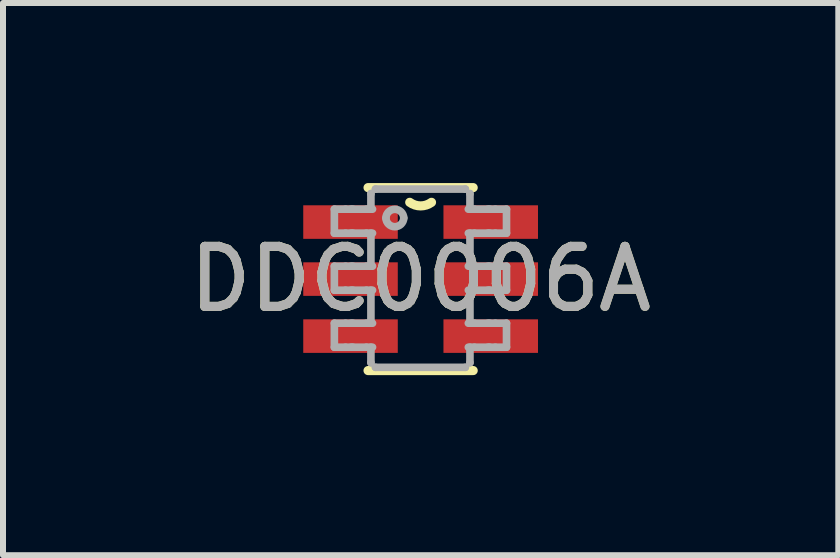
<source format=kicad_pcb>
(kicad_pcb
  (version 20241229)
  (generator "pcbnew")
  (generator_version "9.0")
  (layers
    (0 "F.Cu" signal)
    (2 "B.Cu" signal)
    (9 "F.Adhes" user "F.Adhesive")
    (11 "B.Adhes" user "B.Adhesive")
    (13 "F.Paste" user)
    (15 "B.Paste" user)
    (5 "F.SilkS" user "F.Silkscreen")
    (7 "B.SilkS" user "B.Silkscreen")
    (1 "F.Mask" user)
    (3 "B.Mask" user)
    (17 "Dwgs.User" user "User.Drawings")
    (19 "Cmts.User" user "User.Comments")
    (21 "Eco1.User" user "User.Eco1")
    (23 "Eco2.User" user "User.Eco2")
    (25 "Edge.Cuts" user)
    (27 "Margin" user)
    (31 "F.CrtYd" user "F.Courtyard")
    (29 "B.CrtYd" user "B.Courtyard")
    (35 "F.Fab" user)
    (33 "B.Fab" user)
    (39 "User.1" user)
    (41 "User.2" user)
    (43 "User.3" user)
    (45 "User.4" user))
  (footprint "DDC0006A"
    (layer "F.Cu")
    (at 3.958 1.6)
    (property "Reference" "DDC0006A" (at 0 0 0) (unlocked yes) (layer "F.SilkS") (effects (font (size 1 1) (thickness 0.15))))
    (attr smd)
    (fp_line (start -0.876 -1.524) (end 0.876 -1.524) (stroke (width 0.152) (type solid)) (layer "F.SilkS"))
    (fp_line (start -0.876 1.524) (end 0.876 1.524) (stroke (width 0.152) (type solid)) (layer "F.SilkS"))
    (fp_arc (start 0.181329 -1.279005) (mid 0 -1.2192) (end -0.181329 -1.279005) (stroke (width 0.1524) (type solid)) (layer "F.SilkS"))
    (fp_line (start -1.437 -1.165) (end -1.251 -1.165) (stroke (width 0.127) (type solid)) (layer "F.Fab"))
    (fp_line (start -1.437 -0.765) (end -1.437 -1.165) (stroke (width 0.127) (type solid)) (layer "F.Fab"))
    (fp_line (start -1.437 -0.765) (end -1.251 -0.765) (stroke (width 0.127) (type solid)) (layer "F.Fab"))
    (fp_line (start -1.437 -0.215) (end -1.251 -0.215) (stroke (width 0.127) (type solid)) (layer "F.Fab"))
    (fp_line (start -1.437 0.185) (end -1.437 -0.215) (stroke (width 0.127) (type solid)) (layer "F.Fab"))
    (fp_line (start -1.437 0.185) (end -1.251 0.185) (stroke (width 0.127) (type solid)) (layer "F.Fab"))
    (fp_line (start -1.437 0.735) (end -1.251 0.735) (stroke (width 0.127) (type solid)) (layer "F.Fab"))
    (fp_line (start -1.437 1.135) (end -1.437 0.735) (stroke (width 0.127) (type solid)) (layer "F.Fab"))
    (fp_line (start -1.437 1.135) (end -1.251 1.135) (stroke (width 0.127) (type solid)) (layer "F.Fab"))
    (fp_line (start -1.251 -1.165) (end -1.159 -1.165) (stroke (width 0.127) (type solid)) (layer "F.Fab"))
    (fp_line (start -1.251 -0.765) (end -1.159 -0.765) (stroke (width 0.127) (type solid)) (layer "F.Fab"))
    (fp_line (start -1.251 -0.215) (end -1.159 -0.215) (stroke (width 0.127) (type solid)) (layer "F.Fab"))
    (fp_line (start -1.251 0.185) (end -1.159 0.185) (stroke (width 0.127) (type solid)) (layer "F.Fab"))
    (fp_line (start -1.251 0.735) (end -1.159 0.735) (stroke (width 0.127) (type solid)) (layer "F.Fab"))
    (fp_line (start -1.251 1.135) (end -1.159 1.135) (stroke (width 0.127) (type solid)) (layer "F.Fab"))
    (fp_line (start -1.159 -1.165) (end -1.128 -1.165) (stroke (width 0.127) (type solid)) (layer "F.Fab"))
    (fp_line (start -1.159 -0.765) (end -1.128 -0.765) (stroke (width 0.127) (type solid)) (layer "F.Fab"))
    (fp_line (start -1.159 -0.215) (end -1.128 -0.215) (stroke (width 0.127) (type solid)) (layer "F.Fab"))
    (fp_line (start -1.159 0.185) (end -1.128 0.185) (stroke (width 0.127) (type solid)) (layer "F.Fab"))
    (fp_line (start -1.159 0.735) (end -1.128 0.735) (stroke (width 0.127) (type solid)) (layer "F.Fab"))
    (fp_line (start -1.159 1.135) (end -1.128 1.135) (stroke (width 0.127) (type solid)) (layer "F.Fab"))
    (fp_line (start -1.128 -1.165) (end -0.903 -1.165) (stroke (width 0.127) (type solid)) (layer "F.Fab"))
    (fp_line (start -1.128 -0.765) (end -0.903 -0.765) (stroke (width 0.127) (type solid)) (layer "F.Fab"))
    (fp_line (start -1.128 -0.215) (end -0.903 -0.215) (stroke (width 0.127) (type solid)) (layer "F.Fab"))
    (fp_line (start -1.128 0.185) (end -0.903 0.185) (stroke (width 0.127) (type solid)) (layer "F.Fab"))
    (fp_line (start -1.128 0.735) (end -0.903 0.735) (stroke (width 0.127) (type solid)) (layer "F.Fab"))
    (fp_line (start -1.128 1.135) (end -0.903 1.135) (stroke (width 0.127) (type solid)) (layer "F.Fab"))
    (fp_line (start -0.903 -1.165) (end -0.801 -1.165) (stroke (width 0.127) (type solid)) (layer "F.Fab"))
    (fp_line (start -0.903 -0.765) (end -0.801 -0.765) (stroke (width 0.127) (type solid)) (layer "F.Fab"))
    (fp_line (start -0.903 -0.215) (end -0.801 -0.215) (stroke (width 0.127) (type solid)) (layer "F.Fab"))
    (fp_line (start -0.903 0.185) (end -0.801 0.185) (stroke (width 0.127) (type solid)) (layer "F.Fab"))
    (fp_line (start -0.903 0.735) (end -0.801 0.735) (stroke (width 0.127) (type solid)) (layer "F.Fab"))
    (fp_line (start -0.903 1.135) (end -0.801 1.135) (stroke (width 0.127) (type solid)) (layer "F.Fab"))
    (fp_line (start -0.828 -1.422) (end -0.828 -1.426) (stroke (width 0.127) (type solid)) (layer "F.Fab"))
    (fp_line (start -0.828 -1.165) (end -0.828 -1.422) (stroke (width 0.127) (type solid)) (layer "F.Fab"))
    (fp_line (start -0.828 -0.215) (end -0.828 -0.765) (stroke (width 0.127) (type solid)) (layer "F.Fab"))
    (fp_line (start -0.828 0.735) (end -0.828 0.185) (stroke (width 0.127) (type solid)) (layer "F.Fab"))
    (fp_line (start -0.828 1.392) (end -0.828 1.135) (stroke (width 0.127) (type solid)) (layer "F.Fab"))
    (fp_line (start -0.828 1.395) (end -0.828 1.392) (stroke (width 0.127) (type solid)) (layer "F.Fab"))
    (fp_line (start -0.754 -1.5) (end -0.75 -1.5) (stroke (width 0.127) (type solid)) (layer "F.Fab"))
    (fp_line (start -0.754 1.47) (end -0.75 1.47) (stroke (width 0.127) (type solid)) (layer "F.Fab"))
    (fp_line (start -0.75 -1.5) (end 0.743 -1.5) (stroke (width 0.127) (type solid)) (layer "F.Fab"))
    (fp_line (start -0.75 1.47) (end 0.743 1.47) (stroke (width 0.127) (type solid)) (layer "F.Fab"))
    (fp_line (start 0.743 -1.5) (end 0.747 -1.5) (stroke (width 0.127) (type solid)) (layer "F.Fab"))
    (fp_line (start 0.743 1.47) (end 0.747 1.47) (stroke (width 0.127) (type solid)) (layer "F.Fab"))
    (fp_line (start 0.795 -1.165) (end 0.896 -1.165) (stroke (width 0.127) (type solid)) (layer "F.Fab"))
    (fp_line (start 0.795 -0.765) (end 0.896 -0.765) (stroke (width 0.127) (type solid)) (layer "F.Fab"))
    (fp_line (start 0.795 -0.215) (end 0.896 -0.215) (stroke (width 0.127) (type solid)) (layer "F.Fab"))
    (fp_line (start 0.795 0.185) (end 0.896 0.185) (stroke (width 0.127) (type solid)) (layer "F.Fab"))
    (fp_line (start 0.795 0.735) (end 0.896 0.735) (stroke (width 0.127) (type solid)) (layer "F.Fab"))
    (fp_line (start 0.795 1.135) (end 0.896 1.135) (stroke (width 0.127) (type solid)) (layer "F.Fab"))
    (fp_line (start 0.822 -1.422) (end 0.822 -1.426) (stroke (width 0.127) (type solid)) (layer "F.Fab"))
    (fp_line (start 0.822 -1.165) (end 0.822 -1.422) (stroke (width 0.127) (type solid)) (layer "F.Fab"))
    (fp_line (start 0.822 -0.215) (end 0.822 -0.765) (stroke (width 0.127) (type solid)) (layer "F.Fab"))
    (fp_line (start 0.822 0.735) (end 0.822 0.185) (stroke (width 0.127) (type solid)) (layer "F.Fab"))
    (fp_line (start 0.822 1.392) (end 0.822 1.135) (stroke (width 0.127) (type solid)) (layer "F.Fab"))
    (fp_line (start 0.822 1.395) (end 0.822 1.392) (stroke (width 0.127) (type solid)) (layer "F.Fab"))
    (fp_line (start 0.896 -1.165) (end 1.122 -1.165) (stroke (width 0.127) (type solid)) (layer "F.Fab"))
    (fp_line (start 0.896 -0.765) (end 1.122 -0.765) (stroke (width 0.127) (type solid)) (layer "F.Fab"))
    (fp_line (start 0.896 -0.215) (end 1.122 -0.215) (stroke (width 0.127) (type solid)) (layer "F.Fab"))
    (fp_line (start 0.896 0.185) (end 1.122 0.185) (stroke (width 0.127) (type solid)) (layer "F.Fab"))
    (fp_line (start 0.896 0.735) (end 1.122 0.735) (stroke (width 0.127) (type solid)) (layer "F.Fab"))
    (fp_line (start 0.896 1.135) (end 1.122 1.135) (stroke (width 0.127) (type solid)) (layer "F.Fab"))
    (fp_line (start 1.122 -1.165) (end 1.152 -1.165) (stroke (width 0.127) (type solid)) (layer "F.Fab"))
    (fp_line (start 1.122 -0.765) (end 1.152 -0.765) (stroke (width 0.127) (type solid)) (layer "F.Fab"))
    (fp_line (start 1.122 -0.215) (end 1.152 -0.215) (stroke (width 0.127) (type solid)) (layer "F.Fab"))
    (fp_line (start 1.122 0.185) (end 1.152 0.185) (stroke (width 0.127) (type solid)) (layer "F.Fab"))
    (fp_line (start 1.122 0.735) (end 1.152 0.735) (stroke (width 0.127) (type solid)) (layer "F.Fab"))
    (fp_line (start 1.122 1.135) (end 1.152 1.135) (stroke (width 0.127) (type solid)) (layer "F.Fab"))
    (fp_line (start 1.152 -1.165) (end 1.245 -1.165) (stroke (width 0.127) (type solid)) (layer "F.Fab"))
    (fp_line (start 1.152 -0.765) (end 1.245 -0.765) (stroke (width 0.127) (type solid)) (layer "F.Fab"))
    (fp_line (start 1.152 -0.215) (end 1.245 -0.215) (stroke (width 0.127) (type solid)) (layer "F.Fab"))
    (fp_line (start 1.152 0.185) (end 1.245 0.185) (stroke (width 0.127) (type solid)) (layer "F.Fab"))
    (fp_line (start 1.152 0.735) (end 1.245 0.735) (stroke (width 0.127) (type solid)) (layer "F.Fab"))
    (fp_line (start 1.152 1.135) (end 1.245 1.135) (stroke (width 0.127) (type solid)) (layer "F.Fab"))
    (fp_line (start 1.245 -1.165) (end 1.431 -1.165) (stroke (width 0.127) (type solid)) (layer "F.Fab"))
    (fp_line (start 1.245 -0.765) (end 1.431 -0.765) (stroke (width 0.127) (type solid)) (layer "F.Fab"))
    (fp_line (start 1.245 -0.215) (end 1.431 -0.215) (stroke (width 0.127) (type solid)) (layer "F.Fab"))
    (fp_line (start 1.245 0.185) (end 1.431 0.185) (stroke (width 0.127) (type solid)) (layer "F.Fab"))
    (fp_line (start 1.245 0.735) (end 1.431 0.735) (stroke (width 0.127) (type solid)) (layer "F.Fab"))
    (fp_line (start 1.245 1.135) (end 1.431 1.135) (stroke (width 0.127) (type solid)) (layer "F.Fab"))
    (fp_line (start 1.431 -0.765) (end 1.431 -1.165) (stroke (width 0.127) (type solid)) (layer "F.Fab"))
    (fp_line (start 1.431 0.185) (end 1.431 -0.215) (stroke (width 0.127) (type solid)) (layer "F.Fab"))
    (fp_line (start 1.431 1.135) (end 1.431 0.735) (stroke (width 0.127) (type solid)) (layer "F.Fab"))
    (fp_arc (start -0.578322 -1.017679) (mid -0.429542 -1.166459) (end -0.280761 -1.017679) (stroke (width 0.127) (type solid)) (layer "F.Fab"))
    (fp_arc (start -0.280761 -1.017679) (mid -0.429542 -0.868898) (end -0.578322 -1.017679) (stroke (width 0.127) (type solid)) (layer "F.Fab"))
    (fp_text user "${REFERENCE}" (at 0 0 0) (unlocked yes) (layer "F.Fab") (effects (font (size 1 1) (thickness 0.15))))
    (pad "1" smd rect (at -1.168 -0.95) (size 1.575 0.559) (layers "F.Cu" "F.Mask" "F.Paste"))
    (pad "2" smd rect (at -1.168 0) (size 1.575 0.559) (layers "F.Cu" "F.Mask" "F.Paste"))
    (pad "3" smd rect (at -1.168 0.95) (size 1.575 0.559) (layers "F.Cu" "F.Mask" "F.Paste"))
    (pad "4" smd rect (at 1.168 0.95) (size 1.575 0.559) (layers "F.Cu" "F.Mask" "F.Paste"))
    (pad "5" smd rect (at 1.168 0) (size 1.575 0.559) (layers "F.Cu" "F.Mask" "F.Paste"))
    (pad "6" smd rect (at 1.168 -0.95) (size 1.575 0.559) (layers "F.Cu" "F.Mask" "F.Paste")))
  (gr_rect
    (start -3 -3)
    (end 10.917 6.2)
    (stroke (width 0.1) (type default))
    (fill no)
    (layer "Edge.Cuts")))
</source>
